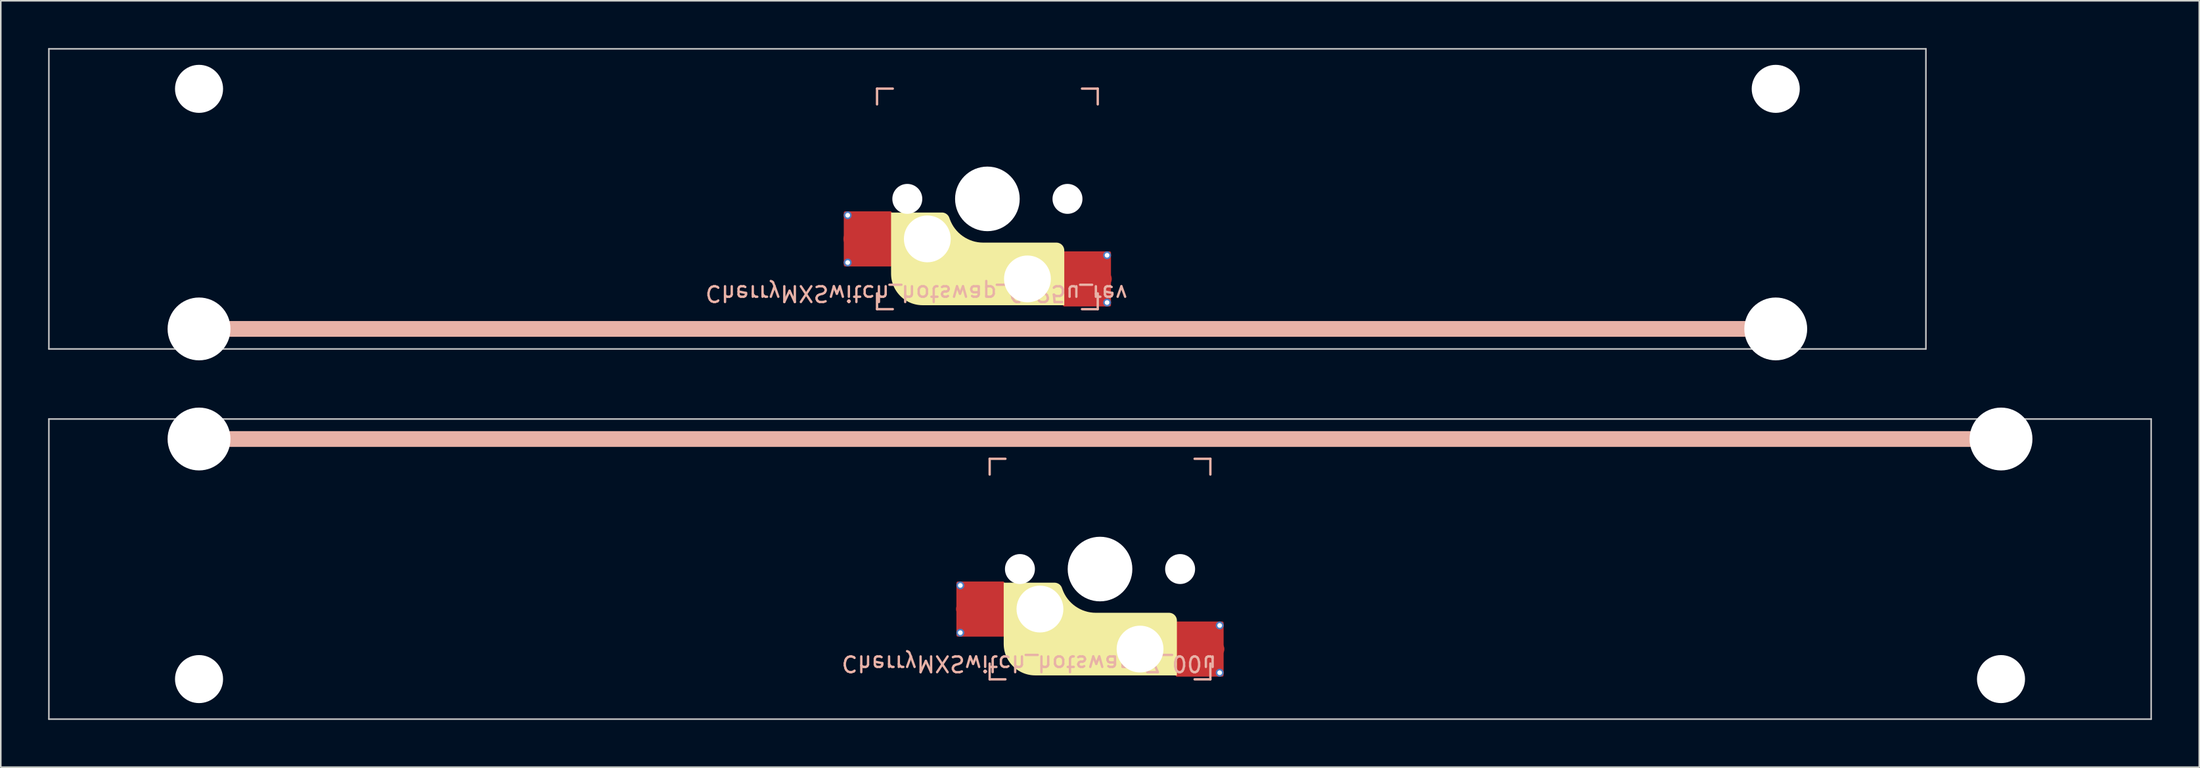
<source format=kicad_pcb>
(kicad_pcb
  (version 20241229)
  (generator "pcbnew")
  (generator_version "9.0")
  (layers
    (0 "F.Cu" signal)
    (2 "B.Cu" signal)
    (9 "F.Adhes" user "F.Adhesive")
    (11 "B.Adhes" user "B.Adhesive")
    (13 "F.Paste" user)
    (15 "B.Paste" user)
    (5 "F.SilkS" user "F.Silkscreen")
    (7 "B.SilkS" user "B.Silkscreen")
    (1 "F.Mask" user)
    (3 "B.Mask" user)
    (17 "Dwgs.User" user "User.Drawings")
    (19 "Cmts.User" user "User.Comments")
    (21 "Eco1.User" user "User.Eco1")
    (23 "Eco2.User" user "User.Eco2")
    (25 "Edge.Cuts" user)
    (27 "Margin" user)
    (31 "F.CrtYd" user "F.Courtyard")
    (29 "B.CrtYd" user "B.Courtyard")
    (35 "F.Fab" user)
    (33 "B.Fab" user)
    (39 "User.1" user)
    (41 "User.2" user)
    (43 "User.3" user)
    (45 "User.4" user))
  (footprint "CherryMXSwitch_hotswap_7_00u"
    (layer "F.Cu")
    (at 66.725 33.073)
    (property "Reference" "CherryMXSwitch_hotswap_7_00u" (at -4.5 6 180) (unlocked yes) (layer "B.SilkS") (effects (font (size 1 1) (thickness 0.15)) (justify mirror)))
    (attr smd)
    (fp_poly (pts (xy 4.877 3.276) (xy 4.876 3.252) (xy 4.875 3.227) (xy 4.872 3.203) (xy 4.867 3.178) (xy 4.862 3.154) (xy 4.855 3.131) (xy 4.848 3.108) (xy 4.839 3.085) (xy 4.829 3.063) (xy 4.818 3.041) (xy 4.806 3.02) (xy 4.793 2.999) (xy 4.779 2.979) (xy 4.764 2.959) (xy 4.748 2.941) (xy 4.731 2.923) (xy 4.713 2.906) (xy 4.694 2.89) (xy 4.675 2.874) (xy 4.654 2.86) (xy 4.634 2.847) (xy 4.612 2.835) (xy 4.591 2.824) (xy 4.568 2.814) (xy 4.546 2.806) (xy 4.522 2.798) (xy 4.499 2.791) (xy 4.475 2.786) (xy 4.451 2.782) (xy 4.426 2.779) (xy 4.402 2.777) (xy 4.377 2.776) (xy -0.266 2.776) (xy -0.442 2.769) (xy -0.615 2.749) (xy -0.784 2.716) (xy -0.95 2.67) (xy -1.11 2.612) (xy -1.265 2.542) (xy -1.414 2.461) (xy -1.556 2.369) (xy -1.691 2.267) (xy -1.818 2.155) (xy -1.937 2.033) (xy -2.046 1.902) (xy -2.146 1.763) (xy -2.235 1.615) (xy -2.313 1.459) (xy -2.38 1.296) (xy -2.417 1.195) (xy -2.424 1.176) (xy -2.432 1.158) (xy -2.44 1.141) (xy -2.449 1.124) (xy -2.459 1.107) (xy -2.469 1.091) (xy -2.48 1.075) (xy -2.491 1.06) (xy -2.503 1.045) (xy -2.515 1.031) (xy -2.528 1.017) (xy -2.542 1.004) (xy -2.556 0.991) (xy -2.57 0.979) (xy -2.585 0.967) (xy -2.6 0.956) (xy -2.615 0.945) (xy -2.631 0.936) (xy -2.648 0.926) (xy -2.665 0.918) (xy -2.682 0.91) (xy -2.699 0.902) (xy -2.717 0.895) (xy -2.735 0.889) (xy -2.753 0.884) (xy -2.771 0.879) (xy -2.79 0.875) (xy -2.809 0.872) (xy -2.828 0.869) (xy -2.848 0.867) (xy -2.867 0.866) (xy -2.887 0.866) (xy -6.11 0.866) (xy -6.11 4.75) (xy -6.107 4.853) (xy -6.1 4.954) (xy -6.087 5.055) (xy -6.069 5.153) (xy -6.047 5.25) (xy -6.02 5.345) (xy -5.989 5.438) (xy -5.953 5.528) (xy -5.913 5.617) (xy -5.869 5.703) (xy -5.82 5.787) (xy -5.768 5.868) (xy -5.713 5.947) (xy -5.653 6.022) (xy -5.59 6.095) (xy -5.524 6.164) (xy -5.455 6.23) (xy -5.382 6.293) (xy -5.307 6.353) (xy -5.228 6.408) (xy -5.147 6.46) (xy -5.063 6.509) (xy -4.977 6.553) (xy -4.888 6.593) (xy -4.798 6.629) (xy -4.705 6.66) (xy -4.61 6.687) (xy -4.513 6.709) (xy -4.415 6.727) (xy -4.314 6.74) (xy -4.213 6.747) (xy -4.11 6.75) (xy 4.877 6.75)) (stroke (width 0) (type solid)) (fill yes) (layer "F.SilkS"))
    (fp_line (start -57.15 -8.255) (end 57.15 -8.255) (stroke (width 1) (type solid)) (layer "B.SilkS"))
    (fp_line (start -7 -7) (end -6 -7) (stroke (width 0.15) (type solid)) (layer "B.SilkS"))
    (fp_line (start -7 -6) (end -7 -7) (stroke (width 0.15) (type solid)) (layer "B.SilkS"))
    (fp_line (start -7 6) (end -7 7) (stroke (width 0.15) (type solid)) (layer "B.SilkS"))
    (fp_line (start -7 7) (end -6 7) (stroke (width 0.15) (type solid)) (layer "B.SilkS"))
    (fp_line (start 6 -7) (end 7 -7) (stroke (width 0.15) (type solid)) (layer "B.SilkS"))
    (fp_line (start 7 -7) (end 7 -6) (stroke (width 0.15) (type solid)) (layer "B.SilkS"))
    (fp_line (start 7 7) (end 6 7) (stroke (width 0.15) (type solid)) (layer "B.SilkS"))
    (fp_line (start 7 7) (end 7 6) (stroke (width 0.15) (type solid)) (layer "B.SilkS"))
    (fp_line (start -66.675 -9.525) (end -66.675 9.525) (stroke (width 0.1) (type solid)) (layer "Dwgs.User"))
    (fp_line (start -66.675 9.525) (end 66.675 9.525) (stroke (width 0.1) (type solid)) (layer "Dwgs.User"))
    (fp_line (start 66.675 -9.525) (end -66.675 -9.525) (stroke (width 0.1) (type solid)) (layer "Dwgs.User"))
    (fp_line (start 66.675 9.525) (end 66.675 -9.525) (stroke (width 0.1) (type solid)) (layer "Dwgs.User"))
    (fp_line (start -7 -7) (end -7 7) (stroke (width 0.1) (type solid)) (layer "Eco1.User"))
    (fp_line (start -7 7) (end 7 7) (stroke (width 0.1) (type solid)) (layer "Eco1.User"))
    (fp_line (start 7 -7) (end -7 -7) (stroke (width 0.1) (type solid)) (layer "Eco1.User"))
    (fp_line (start 7 7) (end 7 -7) (stroke (width 0.1) (type solid)) (layer "Eco1.User"))
    (fp_rect (start 1.75 -3.25) (end -1.75 -6.35) (stroke (width 0.1) (type solid)) (fill no) (layer "Eco1.User"))
    (fp_line (start 0 0) (end 0 -4.8) (stroke (width 0.1) (type solid)) (layer "Eco2.User"))
    (fp_line (start 0 0) (end 8.262 0) (stroke (width 0.1) (type solid)) (layer "Eco2.User"))
    (pad "" np_thru_hole circle (at -57.15 -8.255 180) (size 3.988 3.988) (drill 3.988) (layers "*.Cu" "*.Mask"))
    (pad "" np_thru_hole circle (at -57.15 6.985 180) (size 3.048 3.048) (drill 3.048) (layers "*.Cu" "*.Mask"))
    (pad "" np_thru_hole circle (at -5.08 0) (size 1.9 1.9) (drill 1.9) (layers "*.Cu" "*.Mask"))
    (pad "" np_thru_hole circle (at -3.81 2.54) (size 3 3) (drill 2.97) (layers "*.Cu" "*.Mask"))
    (pad "" np_thru_hole circle (at 0 0 270) (size 4.1 4.1) (drill 4.1) (layers "*.Cu" "*.Mask"))
    (pad "" np_thru_hole circle (at 2.54 5.08) (size 3 3) (drill 2.97) (layers "*.Cu" "*.Mask"))
    (pad "" np_thru_hole circle (at 5.08 0) (size 1.9 1.9) (drill 1.9) (layers "*.Cu" "*.Mask"))
    (pad "" np_thru_hole circle (at 57.15 -8.255 180) (size 3.988 3.988) (drill 3.988) (layers "*.Cu" "*.Mask"))
    (pad "" np_thru_hole circle (at 57.15 6.985 180) (size 3.048 3.048) (drill 3.048) (layers "*.Cu" "*.Mask"))
    (pad "1" thru_hole circle (at -8.86 1.04) (size 0.5 0.5) (drill 0.3) (layers "*.Cu" "B.Mask"))
    (pad "1" thru_hole circle (at -8.86 4.04) (size 0.5 0.5) (drill 0.3) (layers "*.Cu" "B.Mask"))
    (pad "1" smd circle (at -8.635 2.54 180) (size 1 1) (layers "F.Cu" "F.Mask" "F.Paste"))
    (pad "1" smd roundrect (at -7.585 2.54 180) (size 3.05 3.5) (layers "F.Cu") (roundrect_rratio 0.029))
    (pad "1" smd roundrect (at -7.385 2.54 180) (size 2.55 2.5) (layers "F.Cu" "F.Mask" "F.Paste") (roundrect_rratio 0.1))
    (pad "2" smd roundrect (at 6.115 5.08) (size 2.55 2.5) (layers "F.Cu" "F.Mask" "F.Paste") (roundrect_rratio 0.1))
    (pad "2" smd roundrect (at 6.315 5.08) (size 3.05 3.5) (layers "F.Cu") (roundrect_rratio 0.029))
    (pad "2" smd circle (at 7.39 5.08 180) (size 1 1) (layers "F.Cu" "F.Mask" "F.Paste"))
    (pad "2" thru_hole circle (at 7.59 3.58 180) (size 0.5 0.5) (drill 0.3) (layers "*.Cu" "B.Mask"))
    (pad "2" thru_hole circle (at 7.59 6.58 180) (size 0.5 0.5) (drill 0.3) (layers "*.Cu" "B.Mask")))
  (footprint "CherryMXSwitch_hotswap_6_25u_rev"
    (layer "F.Cu")
    (at 59.581 9.575)
    (property "Reference" "CherryMXSwitch_hotswap_6_25u_rev" (at -4.5 6 180) (unlocked yes) (layer "B.SilkS") (effects (font (size 1 1) (thickness 0.15)) (justify mirror)))
    (attr smd)
    (fp_poly (pts (xy 4.877 3.276) (xy 4.876 3.252) (xy 4.875 3.227) (xy 4.872 3.203) (xy 4.867 3.178) (xy 4.862 3.154) (xy 4.855 3.131) (xy 4.848 3.108) (xy 4.839 3.085) (xy 4.829 3.063) (xy 4.818 3.041) (xy 4.806 3.02) (xy 4.793 2.999) (xy 4.779 2.979) (xy 4.764 2.959) (xy 4.748 2.941) (xy 4.731 2.923) (xy 4.713 2.906) (xy 4.694 2.89) (xy 4.675 2.874) (xy 4.654 2.86) (xy 4.634 2.847) (xy 4.612 2.835) (xy 4.591 2.824) (xy 4.568 2.814) (xy 4.546 2.806) (xy 4.522 2.798) (xy 4.499 2.791) (xy 4.475 2.786) (xy 4.451 2.782) (xy 4.426 2.779) (xy 4.402 2.777) (xy 4.377 2.776) (xy -0.266 2.776) (xy -0.442 2.769) (xy -0.615 2.749) (xy -0.784 2.716) (xy -0.95 2.67) (xy -1.11 2.612) (xy -1.265 2.542) (xy -1.414 2.461) (xy -1.556 2.369) (xy -1.691 2.267) (xy -1.818 2.155) (xy -1.937 2.033) (xy -2.046 1.902) (xy -2.146 1.763) (xy -2.235 1.615) (xy -2.313 1.459) (xy -2.38 1.296) (xy -2.417 1.195) (xy -2.424 1.176) (xy -2.432 1.158) (xy -2.44 1.141) (xy -2.449 1.124) (xy -2.459 1.107) (xy -2.469 1.091) (xy -2.48 1.075) (xy -2.491 1.06) (xy -2.503 1.045) (xy -2.515 1.031) (xy -2.528 1.017) (xy -2.542 1.004) (xy -2.556 0.991) (xy -2.57 0.979) (xy -2.585 0.967) (xy -2.6 0.956) (xy -2.615 0.945) (xy -2.631 0.936) (xy -2.648 0.926) (xy -2.665 0.918) (xy -2.682 0.91) (xy -2.699 0.902) (xy -2.717 0.895) (xy -2.735 0.889) (xy -2.753 0.884) (xy -2.771 0.879) (xy -2.79 0.875) (xy -2.809 0.872) (xy -2.828 0.869) (xy -2.848 0.867) (xy -2.867 0.866) (xy -2.887 0.866) (xy -6.11 0.866) (xy -6.11 4.75) (xy -6.107 4.853) (xy -6.1 4.954) (xy -6.087 5.055) (xy -6.069 5.153) (xy -6.047 5.25) (xy -6.02 5.345) (xy -5.989 5.438) (xy -5.953 5.528) (xy -5.913 5.617) (xy -5.869 5.703) (xy -5.82 5.787) (xy -5.768 5.868) (xy -5.713 5.947) (xy -5.653 6.022) (xy -5.59 6.095) (xy -5.524 6.164) (xy -5.455 6.23) (xy -5.382 6.293) (xy -5.307 6.353) (xy -5.228 6.408) (xy -5.147 6.46) (xy -5.063 6.509) (xy -4.977 6.553) (xy -4.888 6.593) (xy -4.798 6.629) (xy -4.705 6.66) (xy -4.61 6.687) (xy -4.513 6.709) (xy -4.415 6.727) (xy -4.314 6.74) (xy -4.213 6.747) (xy -4.11 6.75) (xy 4.877 6.75)) (stroke (width 0) (type solid)) (fill yes) (layer "F.SilkS"))
    (fp_line (start -7 -7) (end -6 -7) (stroke (width 0.15) (type solid)) (layer "B.SilkS"))
    (fp_line (start -7 -6) (end -7 -7) (stroke (width 0.15) (type solid)) (layer "B.SilkS"))
    (fp_line (start -7 6) (end -7 7) (stroke (width 0.15) (type solid)) (layer "B.SilkS"))
    (fp_line (start -7 7) (end -6 7) (stroke (width 0.15) (type solid)) (layer "B.SilkS"))
    (fp_line (start 6 -7) (end 7 -7) (stroke (width 0.15) (type solid)) (layer "B.SilkS"))
    (fp_line (start 7 -7) (end 7 -6) (stroke (width 0.15) (type solid)) (layer "B.SilkS"))
    (fp_line (start 7 7) (end 6 7) (stroke (width 0.15) (type solid)) (layer "B.SilkS"))
    (fp_line (start 7 7) (end 7 6) (stroke (width 0.15) (type solid)) (layer "B.SilkS"))
    (fp_line (start 50.006 8.255) (end -50.006 8.255) (stroke (width 1) (type solid)) (layer "B.SilkS"))
    (fp_line (start -59.531 -9.525) (end -59.531 9.525) (stroke (width 0.1) (type solid)) (layer "Dwgs.User"))
    (fp_line (start -59.531 9.525) (end 59.531 9.525) (stroke (width 0.1) (type solid)) (layer "Dwgs.User"))
    (fp_line (start 59.531 -9.525) (end -59.531 -9.525) (stroke (width 0.1) (type solid)) (layer "Dwgs.User"))
    (fp_line (start 59.531 9.525) (end 59.531 -9.525) (stroke (width 0.1) (type solid)) (layer "Dwgs.User"))
    (fp_line (start -7 -7) (end -7 7) (stroke (width 0.1) (type solid)) (layer "Eco1.User"))
    (fp_line (start -7 7) (end 7 7) (stroke (width 0.1) (type solid)) (layer "Eco1.User"))
    (fp_line (start 7 -7) (end -7 -7) (stroke (width 0.1) (type solid)) (layer "Eco1.User"))
    (fp_line (start 7 7) (end 7 -7) (stroke (width 0.1) (type solid)) (layer "Eco1.User"))
    (fp_rect (start 1.75 -3.25) (end -1.75 -6.35) (stroke (width 0.1) (type solid)) (fill no) (layer "Eco1.User"))
    (fp_line (start 0 0) (end 0 -4.8) (stroke (width 0.1) (type solid)) (layer "Eco2.User"))
    (fp_line (start 0 0) (end 8.262 0) (stroke (width 0.1) (type solid)) (layer "Eco2.User"))
    (pad "" np_thru_hole circle (at -50.006 -6.985) (size 3.048 3.048) (drill 3.048) (layers "*.Cu" "*.Mask"))
    (pad "" np_thru_hole circle (at -50.006 8.255) (size 3.988 3.988) (drill 3.988) (layers "*.Cu" "*.Mask"))
    (pad "" np_thru_hole circle (at -5.08 0) (size 1.9 1.9) (drill 1.9) (layers "*.Cu" "*.Mask"))
    (pad "" np_thru_hole circle (at -3.81 2.54) (size 3 3) (drill 2.97) (layers "*.Cu" "*.Mask"))
    (pad "" np_thru_hole circle (at 0 0 270) (size 4.1 4.1) (drill 4.1) (layers "*.Cu" "*.Mask"))
    (pad "" np_thru_hole circle (at 2.54 5.08) (size 3 3) (drill 2.97) (layers "*.Cu" "*.Mask"))
    (pad "" np_thru_hole circle (at 5.08 0) (size 1.9 1.9) (drill 1.9) (layers "*.Cu" "*.Mask"))
    (pad "" np_thru_hole circle (at 50.006 -6.985) (size 3.048 3.048) (drill 3.048) (layers "*.Cu" "*.Mask"))
    (pad "" np_thru_hole circle (at 50.006 8.255) (size 3.988 3.988) (drill 3.988) (layers "*.Cu" "*.Mask"))
    (pad "1" thru_hole circle (at -8.86 1.04) (size 0.5 0.5) (drill 0.3) (layers "*.Cu" "B.Mask"))
    (pad "1" thru_hole circle (at -8.86 4.04) (size 0.5 0.5) (drill 0.3) (layers "*.Cu" "B.Mask"))
    (pad "1" smd circle (at -8.635 2.54 180) (size 1 1) (layers "F.Cu" "F.Mask" "F.Paste"))
    (pad "1" smd roundrect (at -7.585 2.54 180) (size 3.05 3.5) (layers "F.Cu") (roundrect_rratio 0.029))
    (pad "1" smd roundrect (at -7.385 2.54 180) (size 2.55 2.5) (layers "F.Cu" "F.Mask" "F.Paste") (roundrect_rratio 0.1))
    (pad "2" smd roundrect (at 6.115 5.08) (size 2.55 2.5) (layers "F.Cu" "F.Mask" "F.Paste") (roundrect_rratio 0.1))
    (pad "2" smd roundrect (at 6.315 5.08) (size 3.05 3.5) (layers "F.Cu") (roundrect_rratio 0.029))
    (pad "2" smd circle (at 7.39 5.08 180) (size 1 1) (layers "F.Cu" "F.Mask" "F.Paste"))
    (pad "2" thru_hole circle (at 7.59 3.58 180) (size 0.5 0.5) (drill 0.3) (layers "*.Cu" "B.Mask"))
    (pad "2" thru_hole circle (at 7.59 6.58 180) (size 0.5 0.5) (drill 0.3) (layers "*.Cu" "B.Mask")))
  (gr_rect
    (start -3 -3)
    (end 136.45 45.648)
    (stroke (width 0.1) (type default))
    (fill no)
    (layer "Edge.Cuts")))
</source>
